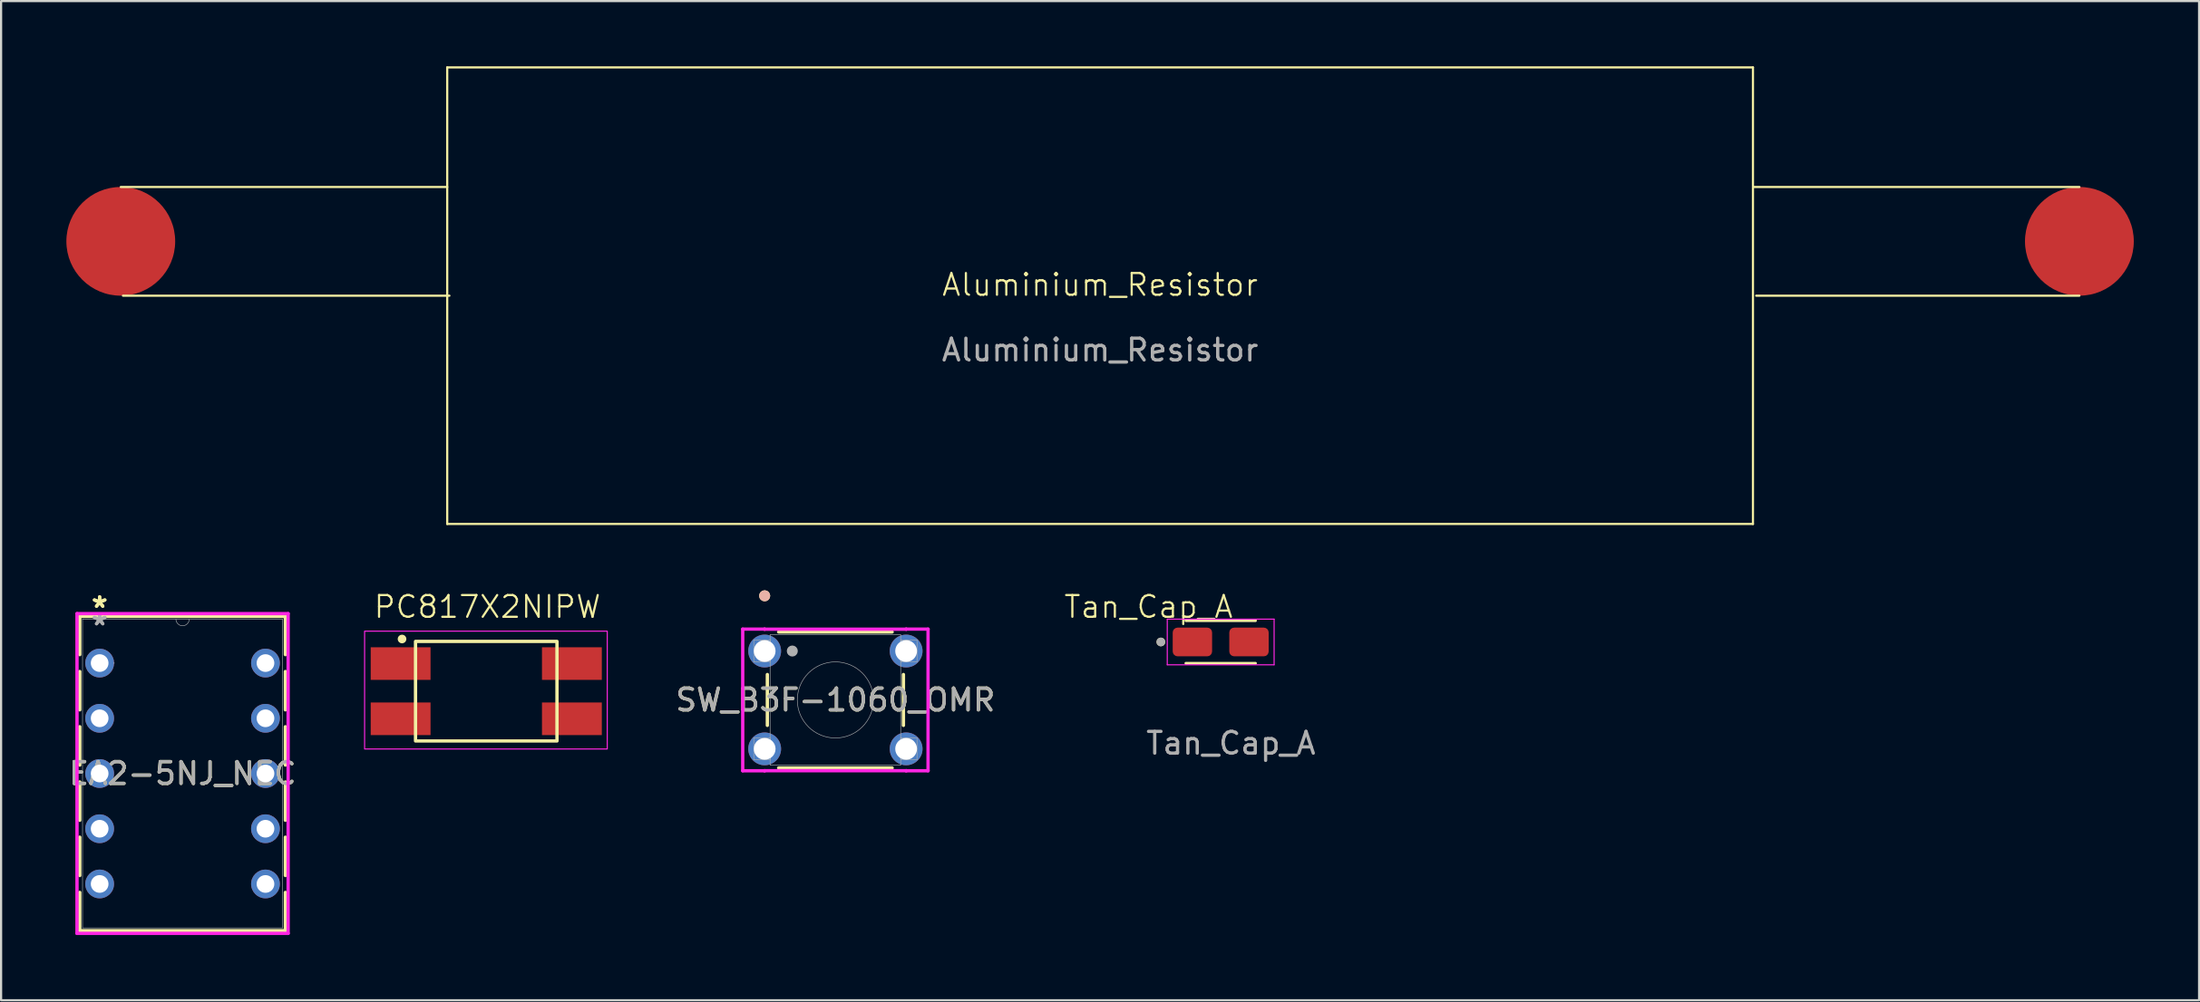
<source format=kicad_pcb>
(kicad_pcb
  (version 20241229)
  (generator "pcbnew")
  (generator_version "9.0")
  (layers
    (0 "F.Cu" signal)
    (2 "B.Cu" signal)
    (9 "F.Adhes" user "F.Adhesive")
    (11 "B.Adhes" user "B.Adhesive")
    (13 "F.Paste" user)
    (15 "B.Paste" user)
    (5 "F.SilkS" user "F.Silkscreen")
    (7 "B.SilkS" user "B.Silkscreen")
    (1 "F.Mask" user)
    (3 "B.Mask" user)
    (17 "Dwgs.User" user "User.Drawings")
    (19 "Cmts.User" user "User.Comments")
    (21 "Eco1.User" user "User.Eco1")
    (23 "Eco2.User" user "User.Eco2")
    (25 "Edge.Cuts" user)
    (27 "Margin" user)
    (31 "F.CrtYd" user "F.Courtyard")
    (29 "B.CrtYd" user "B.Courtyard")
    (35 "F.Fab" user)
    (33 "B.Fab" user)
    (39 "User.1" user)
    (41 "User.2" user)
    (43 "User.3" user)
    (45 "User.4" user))
  (footprint "PC817X2NIPW"
    (layer "F.Cu")
    (at 19.324 28.841)
    (property "Reference" "PC817X2NIPW" (at 0.02 -3.98 0) (unlocked yes) (layer "F.SilkS") (effects (font (size 1 1) (thickness 0.1))))
    (attr smd)
    (fp_rect (start -3.28 -2.39) (end 3.22 2.19) (stroke (width 0.152) (type default)) (fill no) (layer "F.SilkS"))
    (fp_circle (center -3.9 -2.5) (end -3.8 -2.5) (stroke (width 0.2) (type solid)) (fill no) (layer "F.SilkS"))
    (fp_rect (start -5.62 -2.86) (end 5.53 2.56) (stroke (width 0.05) (type default)) (fill no) (layer "F.CrtYd"))
    (pad "1" smd rect (at -3.965 -1.37) (size 2.75 1.5) (layers "F.Cu" "F.Mask" "F.Paste"))
    (pad "2" smd rect (at -3.965 1.17) (size 2.75 1.5) (layers "F.Cu" "F.Mask" "F.Paste"))
    (pad "3" smd rect (at 3.905 1.17) (size 2.75 1.5) (layers "F.Cu" "F.Mask" "F.Paste"))
    (pad "4" smd rect (at 3.905 -1.37) (size 2.75 1.5) (layers "F.Cu" "F.Mask" "F.Paste")))
  (footprint "Aluminium_Resistor"
    (layer "F.Cu")
    (at 47.5 10.55)
    (property "Reference" "Aluminium_Resistor" (at 0 -0.5 0) (unlocked yes) (layer "F.SilkS") (effects (font (size 1 1) (thickness 0.1))))
    (attr through_hole)
    (fp_line (start -45 -5) (end -30 -5) (stroke (width 0.1) (type default)) (layer "F.SilkS"))
    (fp_line (start -44.9 0) (end -29.9 0) (stroke (width 0.1) (type default)) (layer "F.SilkS"))
    (fp_line (start -30 -10.5) (end -30 10.5) (stroke (width 0.1) (type default)) (layer "F.SilkS"))
    (fp_line (start 30 -10.5) (end -30 -10.5) (stroke (width 0.1) (type default)) (layer "F.SilkS"))
    (fp_line (start 30 -10.5) (end 30 10.5) (stroke (width 0.1) (type default)) (layer "F.SilkS"))
    (fp_line (start 30 10.5) (end -30 10.5) (stroke (width 0.1) (type default)) (layer "F.SilkS"))
    (fp_line (start 30.05 -5) (end 45 -5) (stroke (width 0.1) (type default)) (layer "F.SilkS"))
    (fp_line (start 30.15 0) (end 45 0) (stroke (width 0.1) (type default)) (layer "F.SilkS"))
    (fp_text user "${REFERENCE}" (at 0 2.5 0) (unlocked yes) (layer "F.Fab") (effects (font (size 1 1) (thickness 0.15))))
    (pad "1" smd circle (at -45 -2.5) (size 5 5) (layers "F.Cu" "F.Mask" "F.Paste"))
    (pad "2" smd circle (at 45 -2.5) (size 5 5) (layers "F.Cu" "F.Mask" "F.Paste")))
  (footprint "EA2-5NJ_NEC"
    (layer "F.Cu")
    (at 1.529 27.448)
    (property "Reference" "EA2-5NJ_NEC" (at 3.81 5.079 0) (unlocked yes) (layer "F.SilkS") (effects (font (size 1 1) (thickness 0.15))))
    (attr through_hole)
    (fp_line (start -0.914 -2.147) (end -0.914 -0.388) (stroke (width 0.152) (type solid)) (layer "F.SilkS"))
    (fp_line (start -0.914 0.388) (end -0.914 2.152) (stroke (width 0.152) (type solid)) (layer "F.SilkS"))
    (fp_line (start -0.914 2.928) (end -0.914 4.692) (stroke (width 0.152) (type solid)) (layer "F.SilkS"))
    (fp_line (start -0.914 5.468) (end -0.914 7.232) (stroke (width 0.152) (type solid)) (layer "F.SilkS"))
    (fp_line (start -0.914 8.008) (end -0.914 9.772) (stroke (width 0.152) (type solid)) (layer "F.SilkS"))
    (fp_line (start -0.914 10.548) (end -0.914 12.306) (stroke (width 0.152) (type solid)) (layer "F.SilkS"))
    (fp_line (start -0.914 12.306) (end 8.534 12.306) (stroke (width 0.152) (type solid)) (layer "F.SilkS"))
    (fp_line (start 8.534 -2.147) (end -0.914 -2.147) (stroke (width 0.152) (type solid)) (layer "F.SilkS"))
    (fp_line (start 8.534 -0.388) (end 8.534 -2.147) (stroke (width 0.152) (type solid)) (layer "F.SilkS"))
    (fp_line (start 8.534 2.152) (end 8.534 0.388) (stroke (width 0.152) (type solid)) (layer "F.SilkS"))
    (fp_line (start 8.534 4.692) (end 8.534 2.928) (stroke (width 0.152) (type solid)) (layer "F.SilkS"))
    (fp_line (start 8.534 7.232) (end 8.534 5.468) (stroke (width 0.152) (type solid)) (layer "F.SilkS"))
    (fp_line (start 8.534 9.772) (end 8.534 8.008) (stroke (width 0.152) (type solid)) (layer "F.SilkS"))
    (fp_line (start 8.534 12.306) (end 8.534 10.548) (stroke (width 0.152) (type solid)) (layer "F.SilkS"))
    (fp_line (start -1.041 -2.274) (end 8.661 -2.274) (stroke (width 0.152) (type solid)) (layer "F.CrtYd"))
    (fp_line (start -1.041 12.433) (end -1.041 -2.274) (stroke (width 0.152) (type solid)) (layer "F.CrtYd"))
    (fp_line (start 8.661 -2.274) (end 8.661 12.433) (stroke (width 0.152) (type solid)) (layer "F.CrtYd"))
    (fp_line (start 8.661 12.433) (end -1.041 12.433) (stroke (width 0.152) (type solid)) (layer "F.CrtYd"))
    (fp_line (start -0.787 -2.02) (end -0.787 12.179) (stroke (width 0.025) (type solid)) (layer "F.Fab"))
    (fp_line (start -0.787 12.179) (end 8.407 12.179) (stroke (width 0.025) (type solid)) (layer "F.Fab"))
    (fp_line (start 8.407 -2.02) (end -0.787 -2.02) (stroke (width 0.025) (type solid)) (layer "F.Fab"))
    (fp_line (start 8.407 12.179) (end 8.407 -2.02) (stroke (width 0.025) (type solid)) (layer "F.Fab"))
    (fp_arc (start 4.1148 -2.02) (mid 3.81 -1.7152) (end 3.5052 -2.02) (stroke (width 0.0254) (type solid)) (layer "F.Fab"))
    (fp_circle (center 0.66 0) (end 0.66 0) (stroke (width 0.025) (type solid)) (fill no) (layer "F.Fab"))
    (fp_text user "*" (at 0 -2.5 0) (unlocked yes) (layer "F.SilkS") (effects (font (size 1 1) (thickness 0.15))))
    (fp_text user "*" (at 0 -2.5 0) (layer "F.SilkS") (effects (font (size 1 1) (thickness 0.15))))
    (fp_text user "${REFERENCE}" (at 3.81 5.079 0) (unlocked yes) (layer "F.Fab") (effects (font (size 1 1) (thickness 0.15))))
    (fp_text user "*" (at 0 -1.693 0) (unlocked yes) (layer "F.Fab") (effects (font (size 1 1) (thickness 0.15))))
    (fp_text user "*" (at 0 -1.693 0) (layer "F.Fab") (effects (font (size 1 1) (thickness 0.15))))
    (pad "1" thru_hole circle (at 0 0) (size 1.321 1.321) (drill 0.813) (layers "*.Cu" "*.Mask"))
    (pad "2" thru_hole circle (at 0 2.54) (size 1.321 1.321) (drill 0.813) (layers "*.Cu" "*.Mask"))
    (pad "3" thru_hole circle (at 0 5.08) (size 1.321 1.321) (drill 0.813) (layers "*.Cu" "*.Mask"))
    (pad "4" thru_hole circle (at 0 7.62) (size 1.321 1.321) (drill 0.813) (layers "*.Cu" "*.Mask"))
    (pad "5" thru_hole circle (at 0 10.16) (size 1.321 1.321) (drill 0.813) (layers "*.Cu" "*.Mask"))
    (pad "6" thru_hole circle (at 7.62 10.16) (size 1.321 1.321) (drill 0.813) (layers "*.Cu" "*.Mask"))
    (pad "7" thru_hole circle (at 7.62 7.62) (size 1.321 1.321) (drill 0.813) (layers "*.Cu" "*.Mask"))
    (pad "8" thru_hole circle (at 7.62 5.08) (size 1.321 1.321) (drill 0.813) (layers "*.Cu" "*.Mask"))
    (pad "9" thru_hole circle (at 7.62 2.54) (size 1.321 1.321) (drill 0.813) (layers "*.Cu" "*.Mask"))
    (pad "10" thru_hole circle (at 7.62 0) (size 1.321 1.321) (drill 0.813) (layers "*.Cu" "*.Mask")))
  (footprint "SW_B3F-1060_OMR"
    (layer "F.Cu")
    (at 32.087 26.894)
    (property "Reference" "SW_B3F-1060_OMR" (at 3.25 2.25 0) (unlocked yes) (layer "F.SilkS") (effects (font (size 1 1) (thickness 0.15))))
    (attr through_hole)
    (fp_line (start 0.123 1.08) (end 0.123 3.42) (stroke (width 0.152) (type solid)) (layer "F.SilkS"))
    (fp_line (start 0.642 5.377) (end 5.858 5.377) (stroke (width 0.152) (type solid)) (layer "F.SilkS"))
    (fp_line (start 5.858 -0.877) (end 0.642 -0.877) (stroke (width 0.152) (type solid)) (layer "F.SilkS"))
    (fp_line (start 6.377 3.42) (end 6.377 1.08) (stroke (width 0.152) (type solid)) (layer "F.SilkS"))
    (fp_circle (center 0 -2.54) (end 0.127 -2.54) (stroke (width 0.254) (type solid)) (fill no) (layer "F.SilkS"))
    (fp_circle (center 0 -2.54) (end 0.127 -2.54) (stroke (width 0.254) (type solid)) (fill no) (layer "B.SilkS"))
    (fp_line (start -1.008 -1.008) (end -0.004 -1.008) (stroke (width 0.152) (type solid)) (layer "F.CrtYd"))
    (fp_line (start -1.008 5.508) (end -1.008 -1.008) (stroke (width 0.152) (type solid)) (layer "F.CrtYd"))
    (fp_line (start -1.008 5.508) (end -0.004 5.508) (stroke (width 0.152) (type solid)) (layer "F.CrtYd"))
    (fp_line (start -0.004 -1.008) (end -0.004 -1.004) (stroke (width 0.152) (type solid)) (layer "F.CrtYd"))
    (fp_line (start -0.004 -1.004) (end 6.504 -1.004) (stroke (width 0.152) (type solid)) (layer "F.CrtYd"))
    (fp_line (start -0.004 5.504) (end -0.004 5.508) (stroke (width 0.152) (type solid)) (layer "F.CrtYd"))
    (fp_line (start 6.504 -1.004) (end 6.504 -1.008) (stroke (width 0.152) (type solid)) (layer "F.CrtYd"))
    (fp_line (start 6.504 5.504) (end -0.004 5.504) (stroke (width 0.152) (type solid)) (layer "F.CrtYd"))
    (fp_line (start 6.504 5.508) (end 6.504 5.504) (stroke (width 0.152) (type solid)) (layer "F.CrtYd"))
    (fp_line (start 7.508 -1.008) (end 6.504 -1.008) (stroke (width 0.152) (type solid)) (layer "F.CrtYd"))
    (fp_line (start 7.508 -1.008) (end 7.508 5.508) (stroke (width 0.152) (type solid)) (layer "F.CrtYd"))
    (fp_line (start 7.508 5.508) (end 6.504 5.508) (stroke (width 0.152) (type solid)) (layer "F.CrtYd"))
    (fp_line (start -0.5 -0.5) (end -0.5 0.5) (stroke (width 0.025) (type solid)) (layer "F.Fab"))
    (fp_line (start -0.5 0.5) (end 0.25 0.5) (stroke (width 0.025) (type solid)) (layer "F.Fab"))
    (fp_line (start -0.5 4) (end -0.5 5) (stroke (width 0.025) (type solid)) (layer "F.Fab"))
    (fp_line (start -0.5 5) (end 0.25 5) (stroke (width 0.025) (type solid)) (layer "F.Fab"))
    (fp_line (start 0.25 -0.75) (end 0.25 5.25) (stroke (width 0.025) (type solid)) (layer "F.Fab"))
    (fp_line (start 0.25 5.25) (end 6.25 5.25) (stroke (width 0.025) (type solid)) (layer "F.Fab"))
    (fp_line (start 0.25 -0.5) (end -0.5 -0.5) (stroke (width 0.025) (type solid)) (layer "F.Fab"))
    (fp_line (start 0.25 0.5) (end 0.25 -0.5) (stroke (width 0.025) (type solid)) (layer "F.Fab"))
    (fp_line (start 0.25 4) (end -0.5 4) (stroke (width 0.025) (type solid)) (layer "F.Fab"))
    (fp_line (start 0.25 5) (end 0.25 4) (stroke (width 0.025) (type solid)) (layer "F.Fab"))
    (fp_line (start 6.25 -0.5) (end 6.25 0.5) (stroke (width 0.025) (type solid)) (layer "F.Fab"))
    (fp_line (start 6.25 0.5) (end 7 0.5) (stroke (width 0.025) (type solid)) (layer "F.Fab"))
    (fp_line (start 6.25 4) (end 6.25 5) (stroke (width 0.025) (type solid)) (layer "F.Fab"))
    (fp_line (start 6.25 5) (end 7 5) (stroke (width 0.025) (type solid)) (layer "F.Fab"))
    (fp_line (start 6.25 -0.75) (end 0.25 -0.75) (stroke (width 0.025) (type solid)) (layer "F.Fab"))
    (fp_line (start 6.25 5.25) (end 6.25 -0.75) (stroke (width 0.025) (type solid)) (layer "F.Fab"))
    (fp_line (start 7 -0.5) (end 6.25 -0.5) (stroke (width 0.025) (type solid)) (layer "F.Fab"))
    (fp_line (start 7 0.5) (end 7 -0.5) (stroke (width 0.025) (type solid)) (layer "F.Fab"))
    (fp_line (start 7 4) (end 6.25 4) (stroke (width 0.025) (type solid)) (layer "F.Fab"))
    (fp_line (start 7 5) (end 7 4) (stroke (width 0.025) (type solid)) (layer "F.Fab"))
    (fp_circle (center 1.27 0) (end 1.397 0) (stroke (width 0.254) (type solid)) (fill no) (layer "F.Fab"))
    (fp_circle (center 3.25 2.25) (end 5 2.25) (stroke (width 0.025) (type solid)) (fill no) (layer "F.Fab"))
    (fp_text user "${REFERENCE}" (at 3.25 2.25 0) (unlocked yes) (layer "F.Fab") (effects (font (size 1 1) (thickness 0.15))))
    (pad "1" thru_hole circle (at 0 0) (size 1.508 1.508) (drill 1) (layers "*.Cu" "*.Mask"))
    (pad "2" thru_hole circle (at 6.5 0) (size 1.508 1.508) (drill 1) (layers "*.Cu" "*.Mask"))
    (pad "3" thru_hole circle (at 0 4.5) (size 1.508 1.508) (drill 1) (layers "*.Cu" "*.Mask"))
    (pad "4" thru_hole circle (at 6.5 4.5) (size 1.508 1.508) (drill 1) (layers "*.Cu" "*.Mask")))
  (footprint "Tan_Cap_A"
    (layer "F.Cu")
    (at 50.742 27.477)
    (property "Reference" "Tan_Cap_A" (at -1.016 -2.616 0) (unlocked yes) (layer "F.SilkS") (effects (font (size 1 1) (thickness 0.1))))
    (attr smd)
    (fp_line (start 0.7 -1.98) (end 3.9 -1.98) (stroke (width 0.127) (type solid)) (layer "F.SilkS"))
    (fp_line (start 0.7 -0.02) (end 3.9 -0.02) (stroke (width 0.127) (type solid)) (layer "F.SilkS"))
    (fp_circle (center -0.45 -1) (end -0.35 -1) (stroke (width 0.2) (type solid)) (fill no) (layer "F.SilkS"))
    (fp_line (start -0.155 -2.05) (end 4.755 -2.05) (stroke (width 0.05) (type solid)) (layer "F.CrtYd"))
    (fp_line (start -0.155 0.05) (end -0.155 -2.05) (stroke (width 0.05) (type solid)) (layer "F.CrtYd"))
    (fp_line (start 4.755 -2.05) (end 4.755 0.05) (stroke (width 0.05) (type solid)) (layer "F.CrtYd"))
    (fp_line (start 4.755 0.05) (end -0.155 0.05) (stroke (width 0.05) (type solid)) (layer "F.CrtYd"))
    (fp_circle (center -0.45 -1) (end -0.35 -1) (stroke (width 0.2) (type solid)) (fill no) (layer "F.Fab"))
    (fp_text user "${REFERENCE}" (at 2.769 3.658 0) (unlocked yes) (layer "F.Fab") (effects (font (size 1 1) (thickness 0.15))))
    (pad "1" smd roundrect (at 1 -1) (size 1.81 1.32) (layers "F.Cu" "F.Mask" "F.Paste") (roundrect_rratio 0.17))
    (pad "2" smd roundrect (at 3.6 -1) (size 1.81 1.32) (layers "F.Cu" "F.Mask" "F.Paste") (roundrect_rratio 0.17)))
  (gr_rect
    (start -3 -3)
    (end 98 42.957)
    (stroke (width 0.1) (type default))
    (fill no)
    (layer "Edge.Cuts")))
</source>
